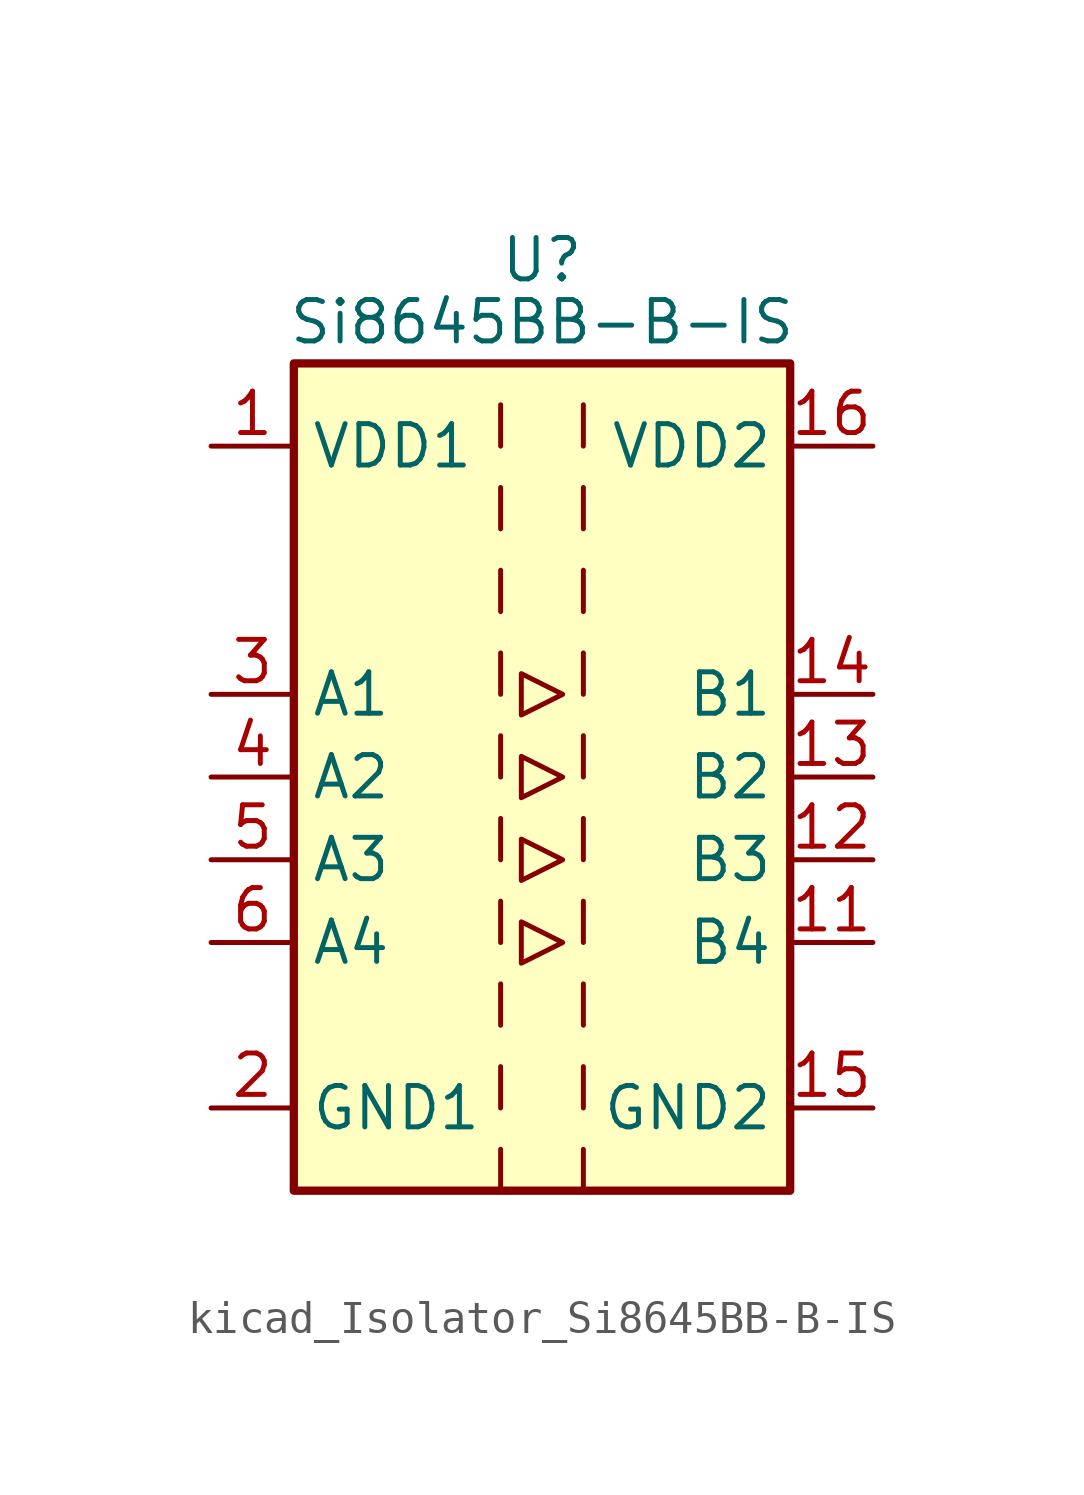
<source format=kicad_sym>
(kicad_symbol_lib
  (version 20220914)
  (generator kicad_symbol_editor)
  (symbol "kicad_Isolator_Si8645BB-B-IS"
    (property "Reference" "U"
      (at 0 15.875 0)
      (effects (font (size 1.27 1.27))))
    (property "Value" "Si8645BB-B-IS"
      (at 0 13.97 0)
      (effects (font (size 1.27 1.27))))
    (symbol "kicad_Isolator_Si8645BB-B-IS_0_1"
      (rectangle (start -7.62 12.7) (end 7.62 -12.7) (stroke (width 0.254) (type default)) (fill (type background)))
      (polyline (pts (xy -1.27 -11.43) (xy -1.27 -12.7)) (stroke (width 0) (type default)) (fill (type none)))
      (polyline (pts (xy -1.27 -8.89) (xy -1.27 -10.16)) (stroke (width 0) (type default)) (fill (type none)))
      (polyline (pts (xy -1.27 -6.35) (xy -1.27 -7.62)) (stroke (width 0) (type default)) (fill (type none)))
      (polyline (pts (xy -1.27 -3.81) (xy -1.27 -5.08)) (stroke (width 0) (type default)) (fill (type none)))
      (polyline (pts (xy -1.27 -1.27) (xy -1.27 -2.54)) (stroke (width 0) (type default)) (fill (type none)))
      (polyline (pts (xy -1.27 1.27) (xy -1.27 0)) (stroke (width 0) (type default)) (fill (type none)))
      (polyline (pts (xy -1.27 3.81) (xy -1.27 2.54)) (stroke (width 0) (type default)) (fill (type none)))
      (polyline (pts (xy -1.27 6.35) (xy -1.27 5.08)) (stroke (width 0) (type default)) (fill (type none)))
      (polyline (pts (xy -1.27 8.89) (xy -1.27 7.62)) (stroke (width 0) (type default)) (fill (type none)))
      (polyline (pts (xy -1.27 11.43) (xy -1.27 10.16)) (stroke (width 0) (type default)) (fill (type none)))
      (polyline (pts (xy 1.27 -11.43) (xy 1.27 -12.7)) (stroke (width 0) (type default)) (fill (type none)))
      (polyline (pts (xy 1.27 -8.89) (xy 1.27 -10.16)) (stroke (width 0) (type default)) (fill (type none)))
      (polyline (pts (xy 1.27 -6.35) (xy 1.27 -7.62)) (stroke (width 0) (type default)) (fill (type none)))
      (polyline (pts (xy 1.27 -3.81) (xy 1.27 -5.08)) (stroke (width 0) (type default)) (fill (type none)))
      (polyline (pts (xy 1.27 -1.27) (xy 1.27 -2.54)) (stroke (width 0) (type default)) (fill (type none)))
      (polyline (pts (xy 1.27 1.27) (xy 1.27 0)) (stroke (width 0) (type default)) (fill (type none)))
      (polyline (pts (xy 1.27 3.81) (xy 1.27 2.54)) (stroke (width 0) (type default)) (fill (type none)))
      (polyline (pts (xy 1.27 6.35) (xy 1.27 5.08)) (stroke (width 0) (type default)) (fill (type none)))
      (polyline (pts (xy 1.27 8.89) (xy 1.27 7.62)) (stroke (width 0) (type default)) (fill (type none)))
      (polyline (pts (xy 1.27 11.43) (xy 1.27 10.16)) (stroke (width 0) (type default)) (fill (type none)))
      (polyline (pts (xy -0.635 0.635) (xy -0.635 -0.635) (xy 0.635 0) (xy -0.635 0.635)) (stroke (width 0) (type default)) (fill (type none)))
      (polyline (pts (xy -0.635 3.175) (xy -0.635 1.905) (xy 0.635 2.54) (xy -0.635 3.175)) (stroke (width 0) (type default)) (fill (type none)))
      (polyline (pts (xy 0.635 -5.08) (xy -0.635 -4.445) (xy -0.635 -5.715) (xy 0.635 -5.08)) (stroke (width 0) (type default)) (fill (type none)))
      (polyline (pts (xy 0.635 -2.54) (xy -0.635 -1.905) (xy -0.635 -3.175) (xy 0.635 -2.54)) (stroke (width 0) (type default)) (fill (type none))))
    (symbol "kicad_Isolator_Si8645BB-B-IS_1_1"
      (pin power_in line (at -10.16 10.16 0) (length 2.54) (name "VDD1" (effects (font (size 1.27 1.27)))) (number "1" (effects (font (size 1.27 1.27)))))
      (pin no_connect line (at 7.62 7.62 180) (length 2.54) hide (name "NC" (effects (font (size 1.27 1.27)))) (number "10" (effects (font (size 1.27 1.27)))))
      (pin output line (at 10.16 -5.08 180) (length 2.54) (name "B4" (effects (font (size 1.27 1.27)))) (number "11" (effects (font (size 1.27 1.27)))))
      (pin output line (at 10.16 -2.54 180) (length 2.54) (name "B3" (effects (font (size 1.27 1.27)))) (number "12" (effects (font (size 1.27 1.27)))))
      (pin output line (at 10.16 0 180) (length 2.54) (name "B2" (effects (font (size 1.27 1.27)))) (number "13" (effects (font (size 1.27 1.27)))))
      (pin output line (at 10.16 2.54 180) (length 2.54) (name "B1" (effects (font (size 1.27 1.27)))) (number "14" (effects (font (size 1.27 1.27)))))
      (pin power_in line (at 10.16 -10.16 180) (length 2.54) (name "GND2" (effects (font (size 1.27 1.27)))) (number "15" (effects (font (size 1.27 1.27)))))
      (pin power_in line (at 10.16 10.16 180) (length 2.54) (name "VDD2" (effects (font (size 1.27 1.27)))) (number "16" (effects (font (size 1.27 1.27)))))
      (pin power_in line (at -10.16 -10.16 0) (length 2.54) (name "GND1" (effects (font (size 1.27 1.27)))) (number "2" (effects (font (size 1.27 1.27)))))
      (pin input line (at -10.16 2.54 0) (length 2.54) (name "A1" (effects (font (size 1.27 1.27)))) (number "3" (effects (font (size 1.27 1.27)))))
      (pin input line (at -10.16 0 0) (length 2.54) (name "A2" (effects (font (size 1.27 1.27)))) (number "4" (effects (font (size 1.27 1.27)))))
      (pin input line (at -10.16 -2.54 0) (length 2.54) (name "A3" (effects (font (size 1.27 1.27)))) (number "5" (effects (font (size 1.27 1.27)))))
      (pin input line (at -10.16 -5.08 0) (length 2.54) (name "A4" (effects (font (size 1.27 1.27)))) (number "6" (effects (font (size 1.27 1.27)))))
      (pin no_connect line (at -7.62 7.62 0) (length 2.54) hide (name "NC" (effects (font (size 1.27 1.27)))) (number "7" (effects (font (size 1.27 1.27)))))
      (pin passive line (at -10.16 -10.16 0) (length 2.54) hide (name "GND1" (effects (font (size 1.27 1.27)))) (number "8" (effects (font (size 1.27 1.27)))))
      (pin passive line (at 10.16 -10.16 180) (length 2.54) hide (name "GND2" (effects (font (size 1.27 1.27)))) (number "9" (effects (font (size 1.27 1.27))))))))
</source>
